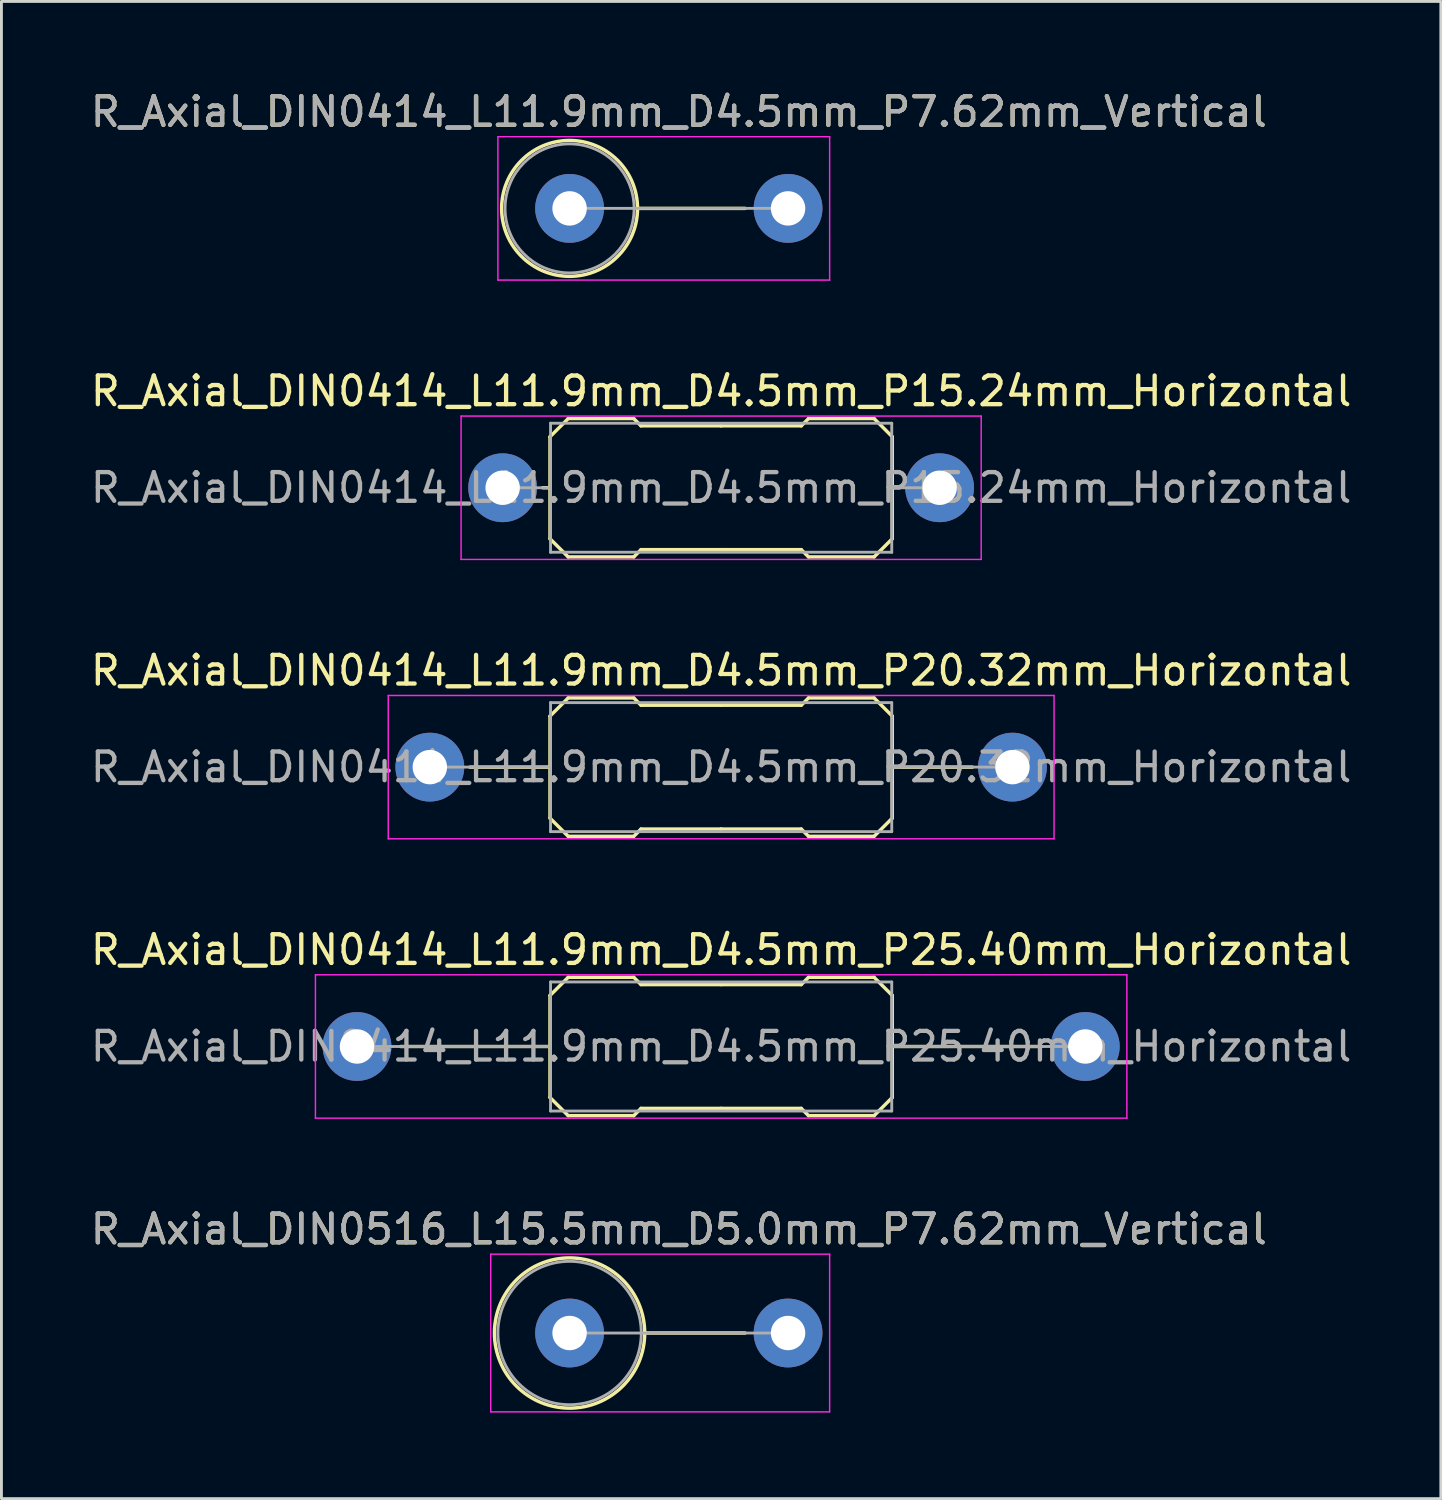
<source format=kicad_pcb>
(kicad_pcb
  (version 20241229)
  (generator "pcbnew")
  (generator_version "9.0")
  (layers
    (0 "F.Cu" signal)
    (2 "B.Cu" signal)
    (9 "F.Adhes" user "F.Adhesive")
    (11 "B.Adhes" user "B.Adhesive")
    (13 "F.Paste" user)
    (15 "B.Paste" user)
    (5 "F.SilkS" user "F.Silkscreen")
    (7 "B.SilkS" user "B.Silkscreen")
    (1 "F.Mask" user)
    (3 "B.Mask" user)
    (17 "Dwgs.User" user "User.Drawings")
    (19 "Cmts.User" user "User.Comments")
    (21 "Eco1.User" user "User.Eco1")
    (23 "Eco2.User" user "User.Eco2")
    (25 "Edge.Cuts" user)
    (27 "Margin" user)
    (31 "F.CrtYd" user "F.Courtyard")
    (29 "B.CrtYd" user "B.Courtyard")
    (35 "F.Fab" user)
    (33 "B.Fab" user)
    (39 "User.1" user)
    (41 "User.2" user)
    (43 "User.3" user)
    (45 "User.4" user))
  (footprint "R_Axial_DIN0414_L11.9mm_D4.5mm_P25.40mm_Horizontal"
    (layer "F.Cu")
    (at 9.401 33.448)
    (property "Reference" "R_Axial_DIN0414_L11.9mm_D4.5mm_P25.40mm_Horizontal" (at 12.7 -3.37 0) (layer "F.SilkS") (effects (font (size 1 1) (thickness 0.15))))
    (attr through_hole)
    (fp_line (start 6.731 -1.778) (end 7.366 -2.413) (stroke (width 0.12) (type solid)) (layer "F.SilkS"))
    (fp_line (start 6.731 0) (end 1.524 0) (stroke (width 0.12) (type solid)) (layer "F.SilkS"))
    (fp_line (start 6.731 1.778) (end 6.731 -1.778) (stroke (width 0.12) (type solid)) (layer "F.SilkS"))
    (fp_line (start 6.731 1.778) (end 7.366 2.413) (stroke (width 0.12) (type solid)) (layer "F.SilkS"))
    (fp_line (start 7.366 -2.413) (end 9.652 -2.413) (stroke (width 0.12) (type solid)) (layer "F.SilkS"))
    (fp_line (start 7.366 2.413) (end 9.652 2.413) (stroke (width 0.12) (type solid)) (layer "F.SilkS"))
    (fp_line (start 9.652 -2.413) (end 9.906 -2.159) (stroke (width 0.12) (type solid)) (layer "F.SilkS"))
    (fp_line (start 9.652 2.413) (end 9.906 2.159) (stroke (width 0.12) (type solid)) (layer "F.SilkS"))
    (fp_line (start 9.906 -2.159) (end 12.7 -2.159) (stroke (width 0.12) (type solid)) (layer "F.SilkS"))
    (fp_line (start 9.906 2.159) (end 12.7 2.159) (stroke (width 0.12) (type solid)) (layer "F.SilkS"))
    (fp_line (start 15.494 -2.159) (end 12.7 -2.159) (stroke (width 0.12) (type solid)) (layer "F.SilkS"))
    (fp_line (start 15.494 2.159) (end 12.7 2.159) (stroke (width 0.12) (type solid)) (layer "F.SilkS"))
    (fp_line (start 15.748 -2.413) (end 15.494 -2.159) (stroke (width 0.12) (type solid)) (layer "F.SilkS"))
    (fp_line (start 15.748 2.413) (end 15.494 2.159) (stroke (width 0.12) (type solid)) (layer "F.SilkS"))
    (fp_line (start 18.034 -2.413) (end 15.748 -2.413) (stroke (width 0.12) (type solid)) (layer "F.SilkS"))
    (fp_line (start 18.034 2.413) (end 15.748 2.413) (stroke (width 0.12) (type solid)) (layer "F.SilkS"))
    (fp_line (start 18.669 -1.778) (end 18.034 -2.413) (stroke (width 0.12) (type solid)) (layer "F.SilkS"))
    (fp_line (start 18.669 0) (end 23.876 0) (stroke (width 0.12) (type solid)) (layer "F.SilkS"))
    (fp_line (start 18.669 1.778) (end 18.034 2.413) (stroke (width 0.12) (type solid)) (layer "F.SilkS"))
    (fp_line (start 18.669 1.778) (end 18.669 -1.778) (stroke (width 0.12) (type solid)) (layer "F.SilkS"))
    (fp_line (start -1.45 -2.5) (end -1.45 2.5) (stroke (width 0.05) (type solid)) (layer "F.CrtYd"))
    (fp_line (start -1.45 2.5) (end 26.85 2.5) (stroke (width 0.05) (type solid)) (layer "F.CrtYd"))
    (fp_line (start 26.85 -2.5) (end -1.45 -2.5) (stroke (width 0.05) (type solid)) (layer "F.CrtYd"))
    (fp_line (start 26.85 2.5) (end 26.85 -2.5) (stroke (width 0.05) (type solid)) (layer "F.CrtYd"))
    (fp_line (start 0 0) (end 6.75 0) (stroke (width 0.1) (type solid)) (layer "F.Fab"))
    (fp_line (start 6.75 -2.25) (end 6.75 2.25) (stroke (width 0.1) (type solid)) (layer "F.Fab"))
    (fp_line (start 6.75 2.25) (end 18.65 2.25) (stroke (width 0.1) (type solid)) (layer "F.Fab"))
    (fp_line (start 18.65 -2.25) (end 6.75 -2.25) (stroke (width 0.1) (type solid)) (layer "F.Fab"))
    (fp_line (start 18.65 2.25) (end 18.65 -2.25) (stroke (width 0.1) (type solid)) (layer "F.Fab"))
    (fp_line (start 25.4 0) (end 18.65 0) (stroke (width 0.1) (type solid)) (layer "F.Fab"))
    (fp_text user "${REFERENCE}" (at 12.7 0 0) (layer "F.Fab") (effects (font (size 1 1) (thickness 0.15))))
    (pad "1" thru_hole circle (at 0 0) (size 2.4 2.4) (drill 1.2) (layers "*.Cu" "*.Mask"))
    (pad "2" thru_hole oval (at 25.4 0) (size 2.4 2.4) (drill 1.2) (layers "*.Cu" "*.Mask")))
  (footprint "R_Axial_DIN0414_L11.9mm_D4.5mm_P7.62mm_Vertical"
    (layer "F.Cu")
    (at 16.815 4.218)
    (property "Reference" "R_Axial_DIN0414_L11.9mm_D4.5mm_P7.62mm_Vertical" (at 3.81 -3.37 0) (layer "F.SilkS") (effects (font (size 1 1) (thickness 0.15))))
    (attr through_hole)
    (fp_line (start 2.37 0) (end 6.12 0) (stroke (width 0.12) (type solid)) (layer "F.SilkS"))
    (fp_circle (center 0 0) (end 2.37 0) (stroke (width 0.12) (type solid)) (fill no) (layer "F.SilkS"))
    (fp_line (start -2.5 -2.5) (end -2.5 2.5) (stroke (width 0.05) (type solid)) (layer "F.CrtYd"))
    (fp_line (start -2.5 2.5) (end 9.07 2.5) (stroke (width 0.05) (type solid)) (layer "F.CrtYd"))
    (fp_line (start 9.07 -2.5) (end -2.5 -2.5) (stroke (width 0.05) (type solid)) (layer "F.CrtYd"))
    (fp_line (start 9.07 2.5) (end 9.07 -2.5) (stroke (width 0.05) (type solid)) (layer "F.CrtYd"))
    (fp_line (start 0 0) (end 7.62 0) (stroke (width 0.1) (type solid)) (layer "F.Fab"))
    (fp_circle (center 0 0) (end 2.25 0) (stroke (width 0.1) (type solid)) (fill no) (layer "F.Fab"))
    (fp_text user "${REFERENCE}" (at 3.81 -3.37 0) (layer "F.Fab") (effects (font (size 1 1) (thickness 0.15))))
    (pad "1" thru_hole circle (at 0 0) (size 2.4 2.4) (drill 1.2) (layers "*.Cu" "*.Mask"))
    (pad "2" thru_hole oval (at 7.62 0) (size 2.4 2.4) (drill 1.2) (layers "*.Cu" "*.Mask")))
  (footprint "R_Axial_DIN0414_L11.9mm_D4.5mm_P15.24mm_Horizontal"
    (layer "F.Cu")
    (at 14.481 13.961)
    (property "Reference" "R_Axial_DIN0414_L11.9mm_D4.5mm_P15.24mm_Horizontal" (at 7.62 -3.37 0) (layer "F.SilkS") (effects (font (size 1 1) (thickness 0.15))))
    (attr through_hole)
    (fp_line (start 1.651 -1.778) (end 2.286 -2.413) (stroke (width 0.12) (type solid)) (layer "F.SilkS"))
    (fp_line (start 1.651 0) (end 1.397 0) (stroke (width 0.12) (type solid)) (layer "F.SilkS"))
    (fp_line (start 1.651 1.778) (end 1.651 -1.778) (stroke (width 0.12) (type solid)) (layer "F.SilkS"))
    (fp_line (start 1.651 1.778) (end 2.286 2.413) (stroke (width 0.12) (type solid)) (layer "F.SilkS"))
    (fp_line (start 2.286 -2.413) (end 4.572 -2.413) (stroke (width 0.12) (type solid)) (layer "F.SilkS"))
    (fp_line (start 2.286 2.413) (end 4.572 2.413) (stroke (width 0.12) (type solid)) (layer "F.SilkS"))
    (fp_line (start 4.572 -2.413) (end 4.826 -2.159) (stroke (width 0.12) (type solid)) (layer "F.SilkS"))
    (fp_line (start 4.572 2.413) (end 4.826 2.159) (stroke (width 0.12) (type solid)) (layer "F.SilkS"))
    (fp_line (start 4.826 -2.159) (end 7.62 -2.159) (stroke (width 0.12) (type solid)) (layer "F.SilkS"))
    (fp_line (start 4.826 2.159) (end 7.62 2.159) (stroke (width 0.12) (type solid)) (layer "F.SilkS"))
    (fp_line (start 10.414 -2.159) (end 7.62 -2.159) (stroke (width 0.12) (type solid)) (layer "F.SilkS"))
    (fp_line (start 10.414 2.159) (end 7.62 2.159) (stroke (width 0.12) (type solid)) (layer "F.SilkS"))
    (fp_line (start 10.668 -2.413) (end 10.414 -2.159) (stroke (width 0.12) (type solid)) (layer "F.SilkS"))
    (fp_line (start 10.668 2.413) (end 10.414 2.159) (stroke (width 0.12) (type solid)) (layer "F.SilkS"))
    (fp_line (start 12.954 -2.413) (end 10.668 -2.413) (stroke (width 0.12) (type solid)) (layer "F.SilkS"))
    (fp_line (start 12.954 2.413) (end 10.668 2.413) (stroke (width 0.12) (type solid)) (layer "F.SilkS"))
    (fp_line (start 13.589 -1.778) (end 12.954 -2.413) (stroke (width 0.12) (type solid)) (layer "F.SilkS"))
    (fp_line (start 13.589 0) (end 13.843 0) (stroke (width 0.12) (type solid)) (layer "F.SilkS"))
    (fp_line (start 13.589 1.778) (end 12.954 2.413) (stroke (width 0.12) (type solid)) (layer "F.SilkS"))
    (fp_line (start 13.589 1.778) (end 13.589 -1.778) (stroke (width 0.12) (type solid)) (layer "F.SilkS"))
    (fp_line (start -1.45 -2.5) (end -1.45 2.5) (stroke (width 0.05) (type solid)) (layer "F.CrtYd"))
    (fp_line (start -1.45 2.5) (end 16.69 2.5) (stroke (width 0.05) (type solid)) (layer "F.CrtYd"))
    (fp_line (start 16.69 -2.5) (end -1.45 -2.5) (stroke (width 0.05) (type solid)) (layer "F.CrtYd"))
    (fp_line (start 16.69 2.5) (end 16.69 -2.5) (stroke (width 0.05) (type solid)) (layer "F.CrtYd"))
    (fp_line (start 0 0) (end 1.67 0) (stroke (width 0.1) (type solid)) (layer "F.Fab"))
    (fp_line (start 1.67 -2.25) (end 1.67 2.25) (stroke (width 0.1) (type solid)) (layer "F.Fab"))
    (fp_line (start 1.67 2.25) (end 13.57 2.25) (stroke (width 0.1) (type solid)) (layer "F.Fab"))
    (fp_line (start 13.57 -2.25) (end 1.67 -2.25) (stroke (width 0.1) (type solid)) (layer "F.Fab"))
    (fp_line (start 13.57 2.25) (end 13.57 -2.25) (stroke (width 0.1) (type solid)) (layer "F.Fab"))
    (fp_line (start 15.24 0) (end 13.57 0) (stroke (width 0.1) (type solid)) (layer "F.Fab"))
    (fp_text user "${REFERENCE}" (at 7.62 0 0) (layer "F.Fab") (effects (font (size 1 1) (thickness 0.15))))
    (pad "1" thru_hole circle (at 0 0) (size 2.4 2.4) (drill 1.2) (layers "*.Cu" "*.Mask"))
    (pad "2" thru_hole oval (at 15.24 0) (size 2.4 2.4) (drill 1.2) (layers "*.Cu" "*.Mask")))
  (footprint "R_Axial_DIN0414_L11.9mm_D4.5mm_P20.32mm_Horizontal"
    (layer "F.Cu")
    (at 11.941 23.705)
    (property "Reference" "R_Axial_DIN0414_L11.9mm_D4.5mm_P20.32mm_Horizontal" (at 10.16 -3.37 0) (layer "F.SilkS") (effects (font (size 1 1) (thickness 0.15))))
    (attr through_hole)
    (fp_line (start 4.191 -1.778) (end 4.826 -2.413) (stroke (width 0.12) (type solid)) (layer "F.SilkS"))
    (fp_line (start 4.191 0) (end 1.397 0) (stroke (width 0.12) (type solid)) (layer "F.SilkS"))
    (fp_line (start 4.191 1.778) (end 4.191 -1.778) (stroke (width 0.12) (type solid)) (layer "F.SilkS"))
    (fp_line (start 4.191 1.778) (end 4.826 2.413) (stroke (width 0.12) (type solid)) (layer "F.SilkS"))
    (fp_line (start 4.826 -2.413) (end 7.112 -2.413) (stroke (width 0.12) (type solid)) (layer "F.SilkS"))
    (fp_line (start 4.826 2.413) (end 7.112 2.413) (stroke (width 0.12) (type solid)) (layer "F.SilkS"))
    (fp_line (start 7.112 -2.413) (end 7.366 -2.159) (stroke (width 0.12) (type solid)) (layer "F.SilkS"))
    (fp_line (start 7.112 2.413) (end 7.366 2.159) (stroke (width 0.12) (type solid)) (layer "F.SilkS"))
    (fp_line (start 7.366 -2.159) (end 10.16 -2.159) (stroke (width 0.12) (type solid)) (layer "F.SilkS"))
    (fp_line (start 7.366 2.159) (end 10.16 2.159) (stroke (width 0.12) (type solid)) (layer "F.SilkS"))
    (fp_line (start 12.954 -2.159) (end 10.16 -2.159) (stroke (width 0.12) (type solid)) (layer "F.SilkS"))
    (fp_line (start 12.954 2.159) (end 10.16 2.159) (stroke (width 0.12) (type solid)) (layer "F.SilkS"))
    (fp_line (start 13.208 -2.413) (end 12.954 -2.159) (stroke (width 0.12) (type solid)) (layer "F.SilkS"))
    (fp_line (start 13.208 2.413) (end 12.954 2.159) (stroke (width 0.12) (type solid)) (layer "F.SilkS"))
    (fp_line (start 15.494 -2.413) (end 13.208 -2.413) (stroke (width 0.12) (type solid)) (layer "F.SilkS"))
    (fp_line (start 15.494 2.413) (end 13.208 2.413) (stroke (width 0.12) (type solid)) (layer "F.SilkS"))
    (fp_line (start 16.129 -1.778) (end 15.494 -2.413) (stroke (width 0.12) (type solid)) (layer "F.SilkS"))
    (fp_line (start 16.129 0) (end 18.923 0) (stroke (width 0.12) (type solid)) (layer "F.SilkS"))
    (fp_line (start 16.129 1.778) (end 15.494 2.413) (stroke (width 0.12) (type solid)) (layer "F.SilkS"))
    (fp_line (start 16.129 1.778) (end 16.129 -1.778) (stroke (width 0.12) (type solid)) (layer "F.SilkS"))
    (fp_line (start -1.45 -2.5) (end -1.45 2.5) (stroke (width 0.05) (type solid)) (layer "F.CrtYd"))
    (fp_line (start -1.45 2.5) (end 21.77 2.5) (stroke (width 0.05) (type solid)) (layer "F.CrtYd"))
    (fp_line (start 21.77 -2.5) (end -1.45 -2.5) (stroke (width 0.05) (type solid)) (layer "F.CrtYd"))
    (fp_line (start 21.77 2.5) (end 21.77 -2.5) (stroke (width 0.05) (type solid)) (layer "F.CrtYd"))
    (fp_line (start 0 0) (end 4.21 0) (stroke (width 0.1) (type solid)) (layer "F.Fab"))
    (fp_line (start 4.21 -2.25) (end 4.21 2.25) (stroke (width 0.1) (type solid)) (layer "F.Fab"))
    (fp_line (start 4.21 2.25) (end 16.11 2.25) (stroke (width 0.1) (type solid)) (layer "F.Fab"))
    (fp_line (start 16.11 -2.25) (end 4.21 -2.25) (stroke (width 0.1) (type solid)) (layer "F.Fab"))
    (fp_line (start 16.11 2.25) (end 16.11 -2.25) (stroke (width 0.1) (type solid)) (layer "F.Fab"))
    (fp_line (start 20.32 0) (end 16.11 0) (stroke (width 0.1) (type solid)) (layer "F.Fab"))
    (fp_text user "${REFERENCE}" (at 10.16 0 0) (layer "F.Fab") (effects (font (size 1 1) (thickness 0.15))))
    (pad "1" thru_hole circle (at 0 0) (size 2.4 2.4) (drill 1.2) (layers "*.Cu" "*.Mask"))
    (pad "2" thru_hole oval (at 20.32 0) (size 2.4 2.4) (drill 1.2) (layers "*.Cu" "*.Mask")))
  (footprint "R_Axial_DIN0516_L15.5mm_D5.0mm_P7.62mm_Vertical"
    (layer "F.Cu")
    (at 16.815 43.441)
    (property "Reference" "R_Axial_DIN0516_L15.5mm_D5.0mm_P7.62mm_Vertical" (at 3.81 -3.62 0) (layer "F.SilkS") (effects (font (size 1 1) (thickness 0.15))))
    (attr through_hole)
    (fp_line (start 2.62 0) (end 6.12 0) (stroke (width 0.12) (type solid)) (layer "F.SilkS"))
    (fp_circle (center 0 0) (end 2.62 0) (stroke (width 0.12) (type solid)) (fill no) (layer "F.SilkS"))
    (fp_line (start -2.75 -2.75) (end -2.75 2.75) (stroke (width 0.05) (type solid)) (layer "F.CrtYd"))
    (fp_line (start -2.75 2.75) (end 9.07 2.75) (stroke (width 0.05) (type solid)) (layer "F.CrtYd"))
    (fp_line (start 9.07 -2.75) (end -2.75 -2.75) (stroke (width 0.05) (type solid)) (layer "F.CrtYd"))
    (fp_line (start 9.07 2.75) (end 9.07 -2.75) (stroke (width 0.05) (type solid)) (layer "F.CrtYd"))
    (fp_line (start 0 0) (end 7.62 0) (stroke (width 0.1) (type solid)) (layer "F.Fab"))
    (fp_circle (center 0 0) (end 2.5 0) (stroke (width 0.1) (type solid)) (fill no) (layer "F.Fab"))
    (fp_text user "${REFERENCE}" (at 3.81 -3.62 0) (layer "F.Fab") (effects (font (size 1 1) (thickness 0.15))))
    (pad "1" thru_hole circle (at 0 0) (size 2.4 2.4) (drill 1.2) (layers "*.Cu" "*.Mask"))
    (pad "2" thru_hole oval (at 7.62 0) (size 2.4 2.4) (drill 1.2) (layers "*.Cu" "*.Mask")))
  (gr_rect
    (start -3 -3)
    (end 47.202 49.216)
    (stroke (width 0.1) (type default))
    (fill no)
    (layer "Edge.Cuts")))
</source>
